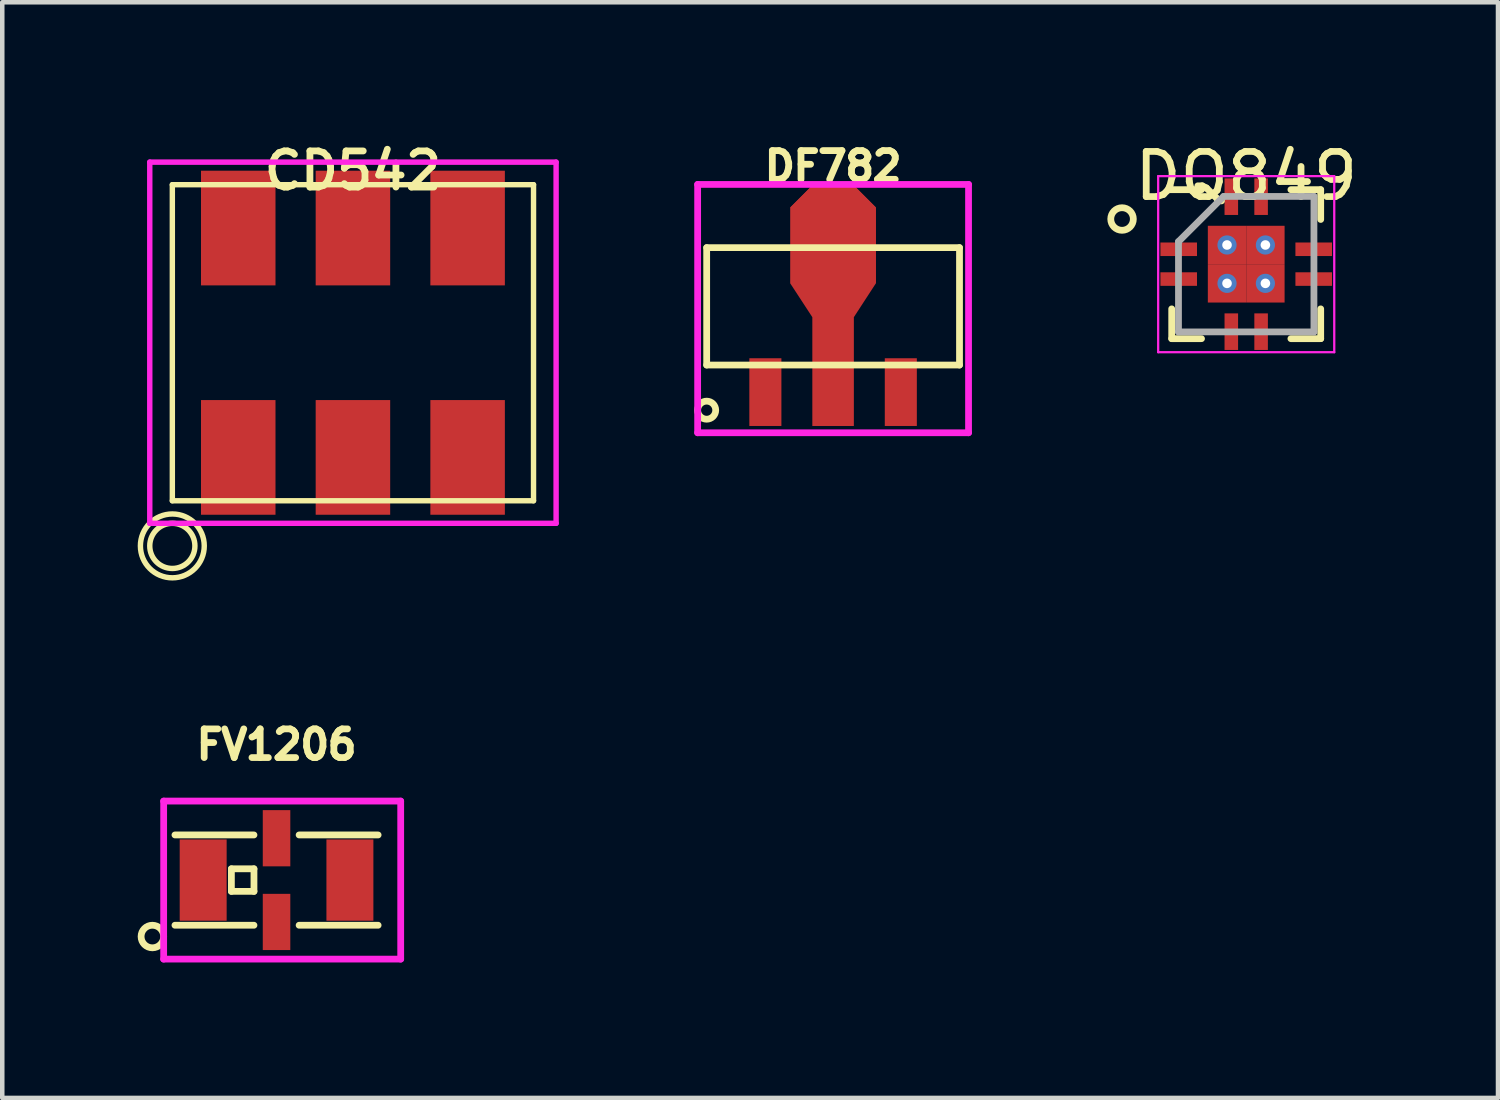
<source format=kicad_pcb>
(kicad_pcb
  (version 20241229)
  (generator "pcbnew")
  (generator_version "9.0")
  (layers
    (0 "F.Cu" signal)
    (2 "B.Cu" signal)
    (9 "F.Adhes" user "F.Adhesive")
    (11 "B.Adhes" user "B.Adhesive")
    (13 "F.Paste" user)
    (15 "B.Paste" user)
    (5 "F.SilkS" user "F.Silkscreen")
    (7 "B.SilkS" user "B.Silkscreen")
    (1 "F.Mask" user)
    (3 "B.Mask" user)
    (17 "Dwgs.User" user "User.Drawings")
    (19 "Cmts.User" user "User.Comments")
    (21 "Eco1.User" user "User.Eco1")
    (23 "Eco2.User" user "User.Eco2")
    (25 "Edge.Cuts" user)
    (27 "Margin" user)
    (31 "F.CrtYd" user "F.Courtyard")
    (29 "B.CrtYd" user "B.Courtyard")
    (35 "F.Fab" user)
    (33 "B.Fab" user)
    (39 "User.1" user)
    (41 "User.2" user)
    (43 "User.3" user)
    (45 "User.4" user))
  (footprint "DF782"
    (layer "F.Cu")
    (at 15.402 5.635)
    (property "Reference" "DF782" (at 0 -5 0) (layer "F.SilkS") (effects (font (size 0.635 0.635) (thickness 0.15))))
    (attr through_hole)
    (fp_line (start -2.8 -3.2) (end -2.8 -0.6) (stroke (width 0.15) (type solid)) (layer "F.SilkS"))
    (fp_line (start -2.8 -0.6) (end 2.8 -0.6) (stroke (width 0.15) (type solid)) (layer "F.SilkS"))
    (fp_line (start 2.8 -3.2) (end -2.8 -3.2) (stroke (width 0.15) (type solid)) (layer "F.SilkS"))
    (fp_line (start 2.8 -0.6) (end 2.8 -3.2) (stroke (width 0.15) (type solid)) (layer "F.SilkS"))
    (fp_circle (center -2.8 0.4) (end -2.8 0.2) (stroke (width 0.15) (type solid)) (fill no) (layer "F.SilkS"))
    (fp_line (start -3 -4.6) (end 3 -4.6) (stroke (width 0.15) (type solid)) (layer "F.CrtYd"))
    (fp_line (start -3 0.9) (end -3 -4.6) (stroke (width 0.15) (type solid)) (layer "F.CrtYd"))
    (fp_line (start 3 -4.6) (end 3 0.9) (stroke (width 0.15) (type solid)) (layer "F.CrtYd"))
    (fp_line (start 3 0.9) (end -3 0.9) (stroke (width 0.15) (type solid)) (layer "F.CrtYd"))
    (pad "1" smd rect (at -1.5 0) (size 0.71 1.5) (layers "F.Cu" "F.Mask" "F.Paste"))
    (pad "2" smd custom (at 0 0) (size 0.71 1.5) (layers "F.Cu" "F.Mask" "F.Paste") (options (anchor rect)) (primitives (gr_poly (pts (xy -0.46 0.75) (xy -0.46 -1.66) (xy -0.95 -2.41) (xy -0.95 -4.09) (xy -0.46 -4.58) (xy 0.46 -4.58) (xy 0.95 -4.09) (xy 0.95 -2.413) (xy 0.46 -1.66) (xy 0.46 0.75)) (width 0) (fill yes))))
    (pad "3" smd rect (at 1.5 0) (size 0.71 1.5) (layers "F.Cu" "F.Mask" "F.Paste"))
    (pad "4" smd trapezoid (at 0 -4.33) (size 1.41 0.49) (rect_delta 0 0.49) (layers "F.Cu" "F.Mask" "F.Paste")))
  (footprint "CD542"
    (layer "F.Cu")
    (at 4.767 4.541)
    (property "Reference" "CD542" (at 0 -3.81 0) (layer "F.SilkS") (effects (font (size 0.8 0.8) (thickness 0.15))))
    (attr through_hole)
    (fp_line (start -4 -3.5) (end 4 -3.5) (stroke (width 0.12) (type solid)) (layer "F.SilkS"))
    (fp_line (start -4 3.5) (end -4 -3.5) (stroke (width 0.12) (type solid)) (layer "F.SilkS"))
    (fp_line (start 4 -3.5) (end 4 3.5) (stroke (width 0.12) (type solid)) (layer "F.SilkS"))
    (fp_line (start 4 3.5) (end -4 3.5) (stroke (width 0.12) (type solid)) (layer "F.SilkS"))
    (fp_circle (center -4 4.5) (end -4 5) (stroke (width 0.12) (type solid)) (fill no) (layer "F.SilkS"))
    (fp_circle (center -4 4.5) (end -3.5 5) (stroke (width 0.12) (type solid)) (fill no) (layer "F.SilkS"))
    (fp_line (start -4.5 -4) (end 4.5 -4) (stroke (width 0.12) (type solid)) (layer "F.CrtYd"))
    (fp_line (start -4.5 4) (end -4.5 -4) (stroke (width 0.12) (type solid)) (layer "F.CrtYd"))
    (fp_line (start 4.5 -4) (end 4.5 4) (stroke (width 0.12) (type solid)) (layer "F.CrtYd"))
    (fp_line (start 4.5 4) (end -4.5 4) (stroke (width 0.12) (type solid)) (layer "F.CrtYd"))
    (pad "1" smd rect (at -2.54 2.54) (size 1.65 2.54) (layers "F.Cu" "F.Mask" "F.Paste"))
    (pad "2" smd rect (at 0 2.54) (size 1.65 2.54) (layers "F.Cu" "F.Mask" "F.Paste"))
    (pad "3" smd rect (at 2.54 2.54) (size 1.65 2.54) (layers "F.Cu" "F.Mask" "F.Paste"))
    (pad "4" smd rect (at 2.54 -2.54) (size 1.65 2.54) (layers "F.Cu" "F.Mask" "F.Paste"))
    (pad "5" smd rect (at 0 -2.54) (size 1.65 2.54) (layers "F.Cu" "F.Mask" "F.Paste"))
    (pad "6" smd rect (at -2.54 -2.54) (size 1.65 2.54) (layers "F.Cu" "F.Mask" "F.Paste")))
  (footprint "DQ849"
    (layer "F.Cu")
    (at 24.552 2.801)
    (property "Reference" "DQ849" (at 0 -1.952 0) (layer "F.SilkS") (effects (font (size 1 1) (thickness 0.15))))
    (attr smd)
    (fp_line (start -1.65 1.65) (end -1.65 0.99) (stroke (width 0.15) (type solid)) (layer "F.SilkS"))
    (fp_line (start -0.99 -1.65) (end -1.705 -1.65) (stroke (width 0.15) (type solid)) (layer "F.SilkS"))
    (fp_line (start -0.99 1.65) (end -1.65 1.65) (stroke (width 0.15) (type solid)) (layer "F.SilkS"))
    (fp_line (start 0.99 -1.65) (end 1.65 -1.65) (stroke (width 0.15) (type solid)) (layer "F.SilkS"))
    (fp_line (start 0.99 1.65) (end 1.65 1.65) (stroke (width 0.15) (type solid)) (layer "F.SilkS"))
    (fp_line (start 1.65 -1.65) (end 1.65 -0.99) (stroke (width 0.15) (type solid)) (layer "F.SilkS"))
    (fp_line (start 1.65 1.65) (end 1.65 0.99) (stroke (width 0.15) (type solid)) (layer "F.SilkS"))
    (fp_circle (center -2.75 -1) (end -3 -1) (stroke (width 0.15) (type solid)) (fill no) (layer "F.SilkS"))
    (fp_line (start -1.95 -1.95) (end 1.95 -1.95) (stroke (width 0.05) (type solid)) (layer "F.CrtYd"))
    (fp_line (start -1.95 1.95) (end -1.95 -1.95) (stroke (width 0.05) (type solid)) (layer "F.CrtYd"))
    (fp_line (start 1.95 -1.95) (end 1.95 1.95) (stroke (width 0.05) (type solid)) (layer "F.CrtYd"))
    (fp_line (start 1.95 1.95) (end -1.95 1.95) (stroke (width 0.05) (type solid)) (layer "F.CrtYd"))
    (fp_line (start -1.5 -0.5) (end -1.5 1.5) (stroke (width 0.15) (type solid)) (layer "F.Fab"))
    (fp_line (start -1.5 1.5) (end 1.5 1.5) (stroke (width 0.15) (type solid)) (layer "F.Fab"))
    (fp_line (start -0.5 -1.5) (end -1.5 -0.5) (stroke (width 0.15) (type solid)) (layer "F.Fab"))
    (fp_line (start 1.5 -1.5) (end -0.5 -1.5) (stroke (width 0.15) (type solid)) (layer "F.Fab"))
    (fp_line (start 1.5 1.5) (end 1.5 -1.5) (stroke (width 0.15) (type solid)) (layer "F.Fab"))
    (pad "1" smd rect (at -1.495 -0.33 90) (size 0.3 0.81) (layers "F.Cu" "F.Mask" "F.Paste"))
    (pad "2" smd rect (at -1.495 0.33 90) (size 0.3 0.81) (layers "F.Cu" "F.Mask" "F.Paste"))
    (pad "3" smd rect (at -0.33 1.495) (size 0.3 0.81) (layers "F.Cu" "F.Mask" "F.Paste"))
    (pad "4" smd rect (at 0.33 1.495) (size 0.3 0.81) (layers "F.Cu" "F.Mask" "F.Paste"))
    (pad "5" smd rect (at 1.495 0.33 90) (size 0.3 0.81) (layers "F.Cu" "F.Mask" "F.Paste"))
    (pad "6" smd rect (at 1.495 -0.33 90) (size 0.3 0.81) (layers "F.Cu" "F.Mask" "F.Paste"))
    (pad "7" smd rect (at 0.33 -1.495) (size 0.3 0.81) (layers "F.Cu" "F.Mask" "F.Paste"))
    (pad "8" smd rect (at -0.33 -1.495) (size 0.3 0.81) (layers "F.Cu" "F.Mask" "F.Paste"))
    (pad "9" thru_hole circle (at -0.425 -0.425) (size 0.425 0.425) (drill 0.212) (layers "*.Cu" "*.Mask"))
    (pad "9" smd rect (at -0.425 -0.425) (size 0.85 0.85) (layers "F.Cu" "F.Mask" "F.Paste"))
    (pad "9" thru_hole circle (at -0.425 0.425) (size 0.425 0.425) (drill 0.212) (layers "*.Cu" "*.Mask"))
    (pad "9" smd rect (at -0.425 0.425) (size 0.85 0.85) (layers "F.Cu" "F.Mask" "F.Paste"))
    (pad "9" thru_hole circle (at 0.425 -0.425) (size 0.425 0.425) (drill 0.212) (layers "*.Cu" "*.Mask"))
    (pad "9" smd rect (at 0.425 -0.425) (size 0.85 0.85) (layers "F.Cu" "F.Mask" "F.Paste"))
    (pad "9" thru_hole circle (at 0.425 0.425) (size 0.425 0.425) (drill 0.212) (layers "*.Cu" "*.Mask"))
    (pad "9" smd rect (at 0.425 0.425) (size 0.85 0.85) (layers "F.Cu" "F.Mask" "F.Paste")))
  (footprint "FV1206"
    (layer "F.Cu")
    (at 3.075 16.443)
    (property "Reference" "FV1206" (at 0 -3 0) (layer "F.SilkS") (effects (font (size 0.635 0.635) (thickness 0.15))))
    (attr through_hole)
    (fp_line (start -2.25 -1) (end -0.5 -1) (stroke (width 0.15) (type solid)) (layer "F.SilkS"))
    (fp_line (start -1 -0.25) (end -0.5 -0.25) (stroke (width 0.15) (type solid)) (layer "F.SilkS"))
    (fp_line (start -1 0.25) (end -1 -0.25) (stroke (width 0.15) (type solid)) (layer "F.SilkS"))
    (fp_line (start -0.5 -0.25) (end -0.5 0.25) (stroke (width 0.15) (type solid)) (layer "F.SilkS"))
    (fp_line (start -0.5 0.25) (end -1 0.25) (stroke (width 0.15) (type solid)) (layer "F.SilkS"))
    (fp_line (start -0.5 1) (end -2.25 1) (stroke (width 0.15) (type solid)) (layer "F.SilkS"))
    (fp_line (start 0.5 -1) (end 2.25 -1) (stroke (width 0.15) (type solid)) (layer "F.SilkS"))
    (fp_line (start 2.25 1) (end 0.5 1) (stroke (width 0.15) (type solid)) (layer "F.SilkS"))
    (fp_circle (center -2.75 1.25) (end -2.75 1.5) (stroke (width 0.15) (type solid)) (fill no) (layer "F.SilkS"))
    (fp_line (start -2.5 -1.75) (end 2.75 -1.75) (stroke (width 0.15) (type solid)) (layer "F.CrtYd"))
    (fp_line (start -2.5 1.75) (end -2.5 -1.75) (stroke (width 0.15) (type solid)) (layer "F.CrtYd"))
    (fp_line (start 2.75 -1.75) (end 2.75 1.75) (stroke (width 0.15) (type solid)) (layer "F.CrtYd"))
    (fp_line (start 2.75 1.75) (end -2.5 1.75) (stroke (width 0.15) (type solid)) (layer "F.CrtYd"))
    (pad "1" smd rect (at -1.625 0) (size 1.04 1.8) (layers "F.Cu" "F.Mask" "F.Paste"))
    (pad "2" smd rect (at 0 0.927) (size 0.61 1.245) (layers "F.Cu" "F.Mask" "F.Paste"))
    (pad "3" smd rect (at 1.625 0) (size 1.04 1.8) (layers "F.Cu" "F.Mask" "F.Paste"))
    (pad "4" smd rect (at 0 -0.927) (size 0.61 1.245) (layers "F.Cu" "F.Mask" "F.Paste")))
  (gr_rect
    (start -3 -3)
    (end 30.129 21.268)
    (stroke (width 0.1) (type default))
    (fill no)
    (layer "Edge.Cuts")))
</source>
